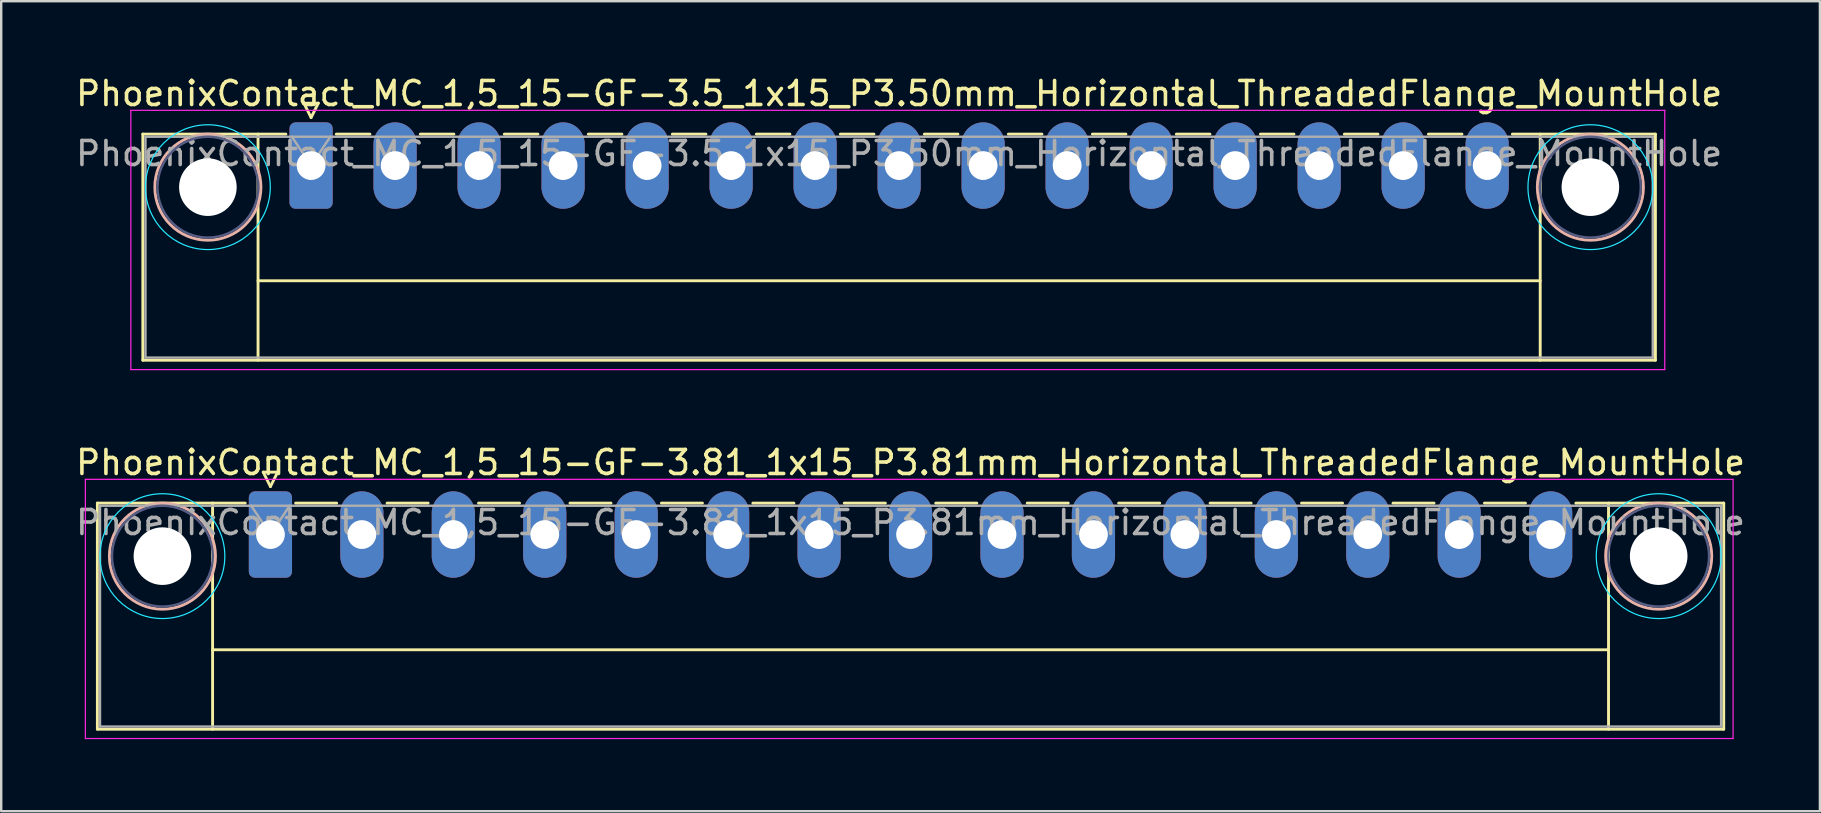
<source format=kicad_pcb>
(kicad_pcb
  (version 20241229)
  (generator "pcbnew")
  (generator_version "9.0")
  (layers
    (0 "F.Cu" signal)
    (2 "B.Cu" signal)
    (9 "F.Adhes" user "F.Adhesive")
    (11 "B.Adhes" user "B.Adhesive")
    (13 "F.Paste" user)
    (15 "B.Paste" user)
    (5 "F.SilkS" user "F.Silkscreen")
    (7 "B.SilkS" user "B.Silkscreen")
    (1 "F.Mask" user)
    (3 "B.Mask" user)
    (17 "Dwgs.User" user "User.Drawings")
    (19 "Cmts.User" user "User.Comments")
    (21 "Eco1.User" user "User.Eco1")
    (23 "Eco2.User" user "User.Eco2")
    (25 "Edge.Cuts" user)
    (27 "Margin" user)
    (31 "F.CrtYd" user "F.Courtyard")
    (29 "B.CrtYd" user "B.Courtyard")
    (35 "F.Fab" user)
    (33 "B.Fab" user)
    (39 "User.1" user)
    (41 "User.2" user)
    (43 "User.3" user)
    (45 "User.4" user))
  (footprint "PhoenixContact_MC_1,5_15-GF-3.5_1x15_P3.50mm_Horizontal_ThreadedFlange_MountHole"
    (layer "F.Cu")
    (at 9.911 3.848)
    (property "Reference" "PhoenixContact_MC_1,5_15-GF-3.5_1x15_P3.50mm_Horizontal_ThreadedFlange_MountHole" (at 24.5 -3 0) (layer "F.SilkS") (effects (font (size 1 1) (thickness 0.15))))
    (attr through_hole)
    (fp_line (start -7.01 -1.31) (end -7.01 8.11) (stroke (width 0.12) (type solid)) (layer "F.SilkS"))
    (fp_line (start -7.01 -1.31) (end -1.05 -1.31) (stroke (width 0.12) (type solid)) (layer "F.SilkS"))
    (fp_line (start -7.01 8.11) (end 56.01 8.11) (stroke (width 0.12) (type solid)) (layer "F.SilkS"))
    (fp_line (start -2.21 -1.31) (end -2.21 8.11) (stroke (width 0.12) (type solid)) (layer "F.SilkS"))
    (fp_line (start -2.21 4.8) (end 51.21 4.8) (stroke (width 0.12) (type solid)) (layer "F.SilkS"))
    (fp_line (start -0.3 -2.6) (end 0.3 -2.6) (stroke (width 0.12) (type solid)) (layer "F.SilkS"))
    (fp_line (start 0 -2) (end -0.3 -2.6) (stroke (width 0.12) (type solid)) (layer "F.SilkS"))
    (fp_line (start 0.3 -2.6) (end 0 -2) (stroke (width 0.12) (type solid)) (layer "F.SilkS"))
    (fp_line (start 1.05 -1.31) (end 2.45 -1.31) (stroke (width 0.12) (type solid)) (layer "F.SilkS"))
    (fp_line (start 4.55 -1.31) (end 5.95 -1.31) (stroke (width 0.12) (type solid)) (layer "F.SilkS"))
    (fp_line (start 8.05 -1.31) (end 9.45 -1.31) (stroke (width 0.12) (type solid)) (layer "F.SilkS"))
    (fp_line (start 11.55 -1.31) (end 12.95 -1.31) (stroke (width 0.12) (type solid)) (layer "F.SilkS"))
    (fp_line (start 15.05 -1.31) (end 16.45 -1.31) (stroke (width 0.12) (type solid)) (layer "F.SilkS"))
    (fp_line (start 18.55 -1.31) (end 19.95 -1.31) (stroke (width 0.12) (type solid)) (layer "F.SilkS"))
    (fp_line (start 22.05 -1.31) (end 23.45 -1.31) (stroke (width 0.12) (type solid)) (layer "F.SilkS"))
    (fp_line (start 25.55 -1.31) (end 26.95 -1.31) (stroke (width 0.12) (type solid)) (layer "F.SilkS"))
    (fp_line (start 29.05 -1.31) (end 30.45 -1.31) (stroke (width 0.12) (type solid)) (layer "F.SilkS"))
    (fp_line (start 32.55 -1.31) (end 33.95 -1.31) (stroke (width 0.12) (type solid)) (layer "F.SilkS"))
    (fp_line (start 36.05 -1.31) (end 37.45 -1.31) (stroke (width 0.12) (type solid)) (layer "F.SilkS"))
    (fp_line (start 39.55 -1.31) (end 40.95 -1.31) (stroke (width 0.12) (type solid)) (layer "F.SilkS"))
    (fp_line (start 43.05 -1.31) (end 44.45 -1.31) (stroke (width 0.12) (type solid)) (layer "F.SilkS"))
    (fp_line (start 46.55 -1.31) (end 47.95 -1.31) (stroke (width 0.12) (type solid)) (layer "F.SilkS"))
    (fp_line (start 51.21 -1.31) (end 51.21 8.11) (stroke (width 0.12) (type solid)) (layer "F.SilkS"))
    (fp_line (start 56.01 -1.31) (end 50.05 -1.31) (stroke (width 0.12) (type solid)) (layer "F.SilkS"))
    (fp_line (start 56.01 8.11) (end 56.01 -1.31) (stroke (width 0.12) (type solid)) (layer "F.SilkS"))
    (fp_circle (center -4.3 0.9) (end -2.09 0.9) (stroke (width 0.12) (type solid)) (fill no) (layer "B.SilkS"))
    (fp_circle (center 53.3 0.9) (end 55.51 0.9) (stroke (width 0.12) (type solid)) (fill no) (layer "B.SilkS"))
    (fp_circle (center -4.3 0.9) (end -1.7 0.9) (stroke (width 0.05) (type solid)) (fill no) (layer "B.CrtYd"))
    (fp_circle (center 53.3 0.9) (end 55.9 0.9) (stroke (width 0.05) (type solid)) (fill no) (layer "B.CrtYd"))
    (fp_line (start -7.51 -2.3) (end -7.51 8.5) (stroke (width 0.05) (type solid)) (layer "F.CrtYd"))
    (fp_line (start -7.51 8.5) (end 56.4 8.5) (stroke (width 0.05) (type solid)) (layer "F.CrtYd"))
    (fp_line (start 56.4 -2.3) (end -7.51 -2.3) (stroke (width 0.05) (type solid)) (layer "F.CrtYd"))
    (fp_line (start 56.4 8.5) (end 56.4 -2.3) (stroke (width 0.05) (type solid)) (layer "F.CrtYd"))
    (fp_circle (center -4.3 0.9) (end -2.2 0.9) (stroke (width 0.1) (type solid)) (fill no) (layer "B.Fab"))
    (fp_circle (center 53.3 0.9) (end 55.4 0.9) (stroke (width 0.1) (type solid)) (fill no) (layer "B.Fab"))
    (fp_line (start -6.9 -1.2) (end -6.9 8) (stroke (width 0.1) (type solid)) (layer "F.Fab"))
    (fp_line (start -6.9 8) (end 55.9 8) (stroke (width 0.1) (type solid)) (layer "F.Fab"))
    (fp_line (start 0 0) (end -0.8 -1.2) (stroke (width 0.1) (type solid)) (layer "F.Fab"))
    (fp_line (start 0.8 -1.2) (end 0 0) (stroke (width 0.1) (type solid)) (layer "F.Fab"))
    (fp_line (start 55.9 -1.2) (end -6.9 -1.2) (stroke (width 0.1) (type solid)) (layer "F.Fab"))
    (fp_line (start 55.9 8) (end 55.9 -1.2) (stroke (width 0.1) (type solid)) (layer "F.Fab"))
    (fp_text user "${REFERENCE}" (at 24.5 -0.5 0) (layer "F.Fab") (effects (font (size 1 1) (thickness 0.15))))
    (pad "" np_thru_hole circle (at -4.3 0.9) (size 2.4 2.4) (drill 2.4) (layers "*.Cu" "*.Mask"))
    (pad "" np_thru_hole circle (at 53.3 0.9) (size 2.4 2.4) (drill 2.4) (layers "*.Cu" "*.Mask"))
    (pad "1" thru_hole roundrect (at 0 0) (size 1.8 3.6) (drill 1.2) (layers "*.Cu" "*.Mask") (roundrect_rratio 0.139))
    (pad "2" thru_hole oval (at 3.5 0) (size 1.8 3.6) (drill 1.2) (layers "*.Cu" "*.Mask"))
    (pad "3" thru_hole oval (at 7 0) (size 1.8 3.6) (drill 1.2) (layers "*.Cu" "*.Mask"))
    (pad "4" thru_hole oval (at 10.5 0) (size 1.8 3.6) (drill 1.2) (layers "*.Cu" "*.Mask"))
    (pad "5" thru_hole oval (at 14 0) (size 1.8 3.6) (drill 1.2) (layers "*.Cu" "*.Mask"))
    (pad "6" thru_hole oval (at 17.5 0) (size 1.8 3.6) (drill 1.2) (layers "*.Cu" "*.Mask"))
    (pad "7" thru_hole oval (at 21 0) (size 1.8 3.6) (drill 1.2) (layers "*.Cu" "*.Mask"))
    (pad "8" thru_hole oval (at 24.5 0) (size 1.8 3.6) (drill 1.2) (layers "*.Cu" "*.Mask"))
    (pad "9" thru_hole oval (at 28 0) (size 1.8 3.6) (drill 1.2) (layers "*.Cu" "*.Mask"))
    (pad "10" thru_hole oval (at 31.5 0) (size 1.8 3.6) (drill 1.2) (layers "*.Cu" "*.Mask"))
    (pad "11" thru_hole oval (at 35 0) (size 1.8 3.6) (drill 1.2) (layers "*.Cu" "*.Mask"))
    (pad "12" thru_hole oval (at 38.5 0) (size 1.8 3.6) (drill 1.2) (layers "*.Cu" "*.Mask"))
    (pad "13" thru_hole oval (at 42 0) (size 1.8 3.6) (drill 1.2) (layers "*.Cu" "*.Mask"))
    (pad "14" thru_hole oval (at 45.5 0) (size 1.8 3.6) (drill 1.2) (layers "*.Cu" "*.Mask"))
    (pad "15" thru_hole oval (at 49 0) (size 1.8 3.6) (drill 1.2) (layers "*.Cu" "*.Mask")))
  (footprint "PhoenixContact_MC_1,5_15-GF-3.81_1x15_P3.81mm_Horizontal_ThreadedFlange_MountHole"
    (layer "F.Cu")
    (at 8.217 19.221)
    (property "Reference" "PhoenixContact_MC_1,5_15-GF-3.81_1x15_P3.81mm_Horizontal_ThreadedFlange_MountHole" (at 26.67 -3 0) (layer "F.SilkS") (effects (font (size 1 1) (thickness 0.15))))
    (attr through_hole)
    (fp_line (start -7.21 -1.31) (end -7.21 8.11) (stroke (width 0.12) (type solid)) (layer "F.SilkS"))
    (fp_line (start -7.21 -1.31) (end -1.05 -1.31) (stroke (width 0.12) (type solid)) (layer "F.SilkS"))
    (fp_line (start -7.21 8.11) (end 60.55 8.11) (stroke (width 0.12) (type solid)) (layer "F.SilkS"))
    (fp_line (start -2.41 -1.31) (end -2.41 8.11) (stroke (width 0.12) (type solid)) (layer "F.SilkS"))
    (fp_line (start -2.41 4.8) (end 55.75 4.8) (stroke (width 0.12) (type solid)) (layer "F.SilkS"))
    (fp_line (start -0.3 -2.6) (end 0.3 -2.6) (stroke (width 0.12) (type solid)) (layer "F.SilkS"))
    (fp_line (start 0 -2) (end -0.3 -2.6) (stroke (width 0.12) (type solid)) (layer "F.SilkS"))
    (fp_line (start 0.3 -2.6) (end 0 -2) (stroke (width 0.12) (type solid)) (layer "F.SilkS"))
    (fp_line (start 1.05 -1.31) (end 2.76 -1.31) (stroke (width 0.12) (type solid)) (layer "F.SilkS"))
    (fp_line (start 4.86 -1.31) (end 6.57 -1.31) (stroke (width 0.12) (type solid)) (layer "F.SilkS"))
    (fp_line (start 8.67 -1.31) (end 10.38 -1.31) (stroke (width 0.12) (type solid)) (layer "F.SilkS"))
    (fp_line (start 12.48 -1.31) (end 14.19 -1.31) (stroke (width 0.12) (type solid)) (layer "F.SilkS"))
    (fp_line (start 16.29 -1.31) (end 18 -1.31) (stroke (width 0.12) (type solid)) (layer "F.SilkS"))
    (fp_line (start 20.1 -1.31) (end 21.81 -1.31) (stroke (width 0.12) (type solid)) (layer "F.SilkS"))
    (fp_line (start 23.91 -1.31) (end 25.62 -1.31) (stroke (width 0.12) (type solid)) (layer "F.SilkS"))
    (fp_line (start 27.72 -1.31) (end 29.43 -1.31) (stroke (width 0.12) (type solid)) (layer "F.SilkS"))
    (fp_line (start 31.53 -1.31) (end 33.24 -1.31) (stroke (width 0.12) (type solid)) (layer "F.SilkS"))
    (fp_line (start 35.34 -1.31) (end 37.05 -1.31) (stroke (width 0.12) (type solid)) (layer "F.SilkS"))
    (fp_line (start 39.15 -1.31) (end 40.86 -1.31) (stroke (width 0.12) (type solid)) (layer "F.SilkS"))
    (fp_line (start 42.96 -1.31) (end 44.67 -1.31) (stroke (width 0.12) (type solid)) (layer "F.SilkS"))
    (fp_line (start 46.77 -1.31) (end 48.48 -1.31) (stroke (width 0.12) (type solid)) (layer "F.SilkS"))
    (fp_line (start 50.58 -1.31) (end 52.29 -1.31) (stroke (width 0.12) (type solid)) (layer "F.SilkS"))
    (fp_line (start 55.75 -1.31) (end 55.75 8.11) (stroke (width 0.12) (type solid)) (layer "F.SilkS"))
    (fp_line (start 60.55 -1.31) (end 54.39 -1.31) (stroke (width 0.12) (type solid)) (layer "F.SilkS"))
    (fp_line (start 60.55 8.11) (end 60.55 -1.31) (stroke (width 0.12) (type solid)) (layer "F.SilkS"))
    (fp_circle (center -4.5 0.9) (end -2.29 0.9) (stroke (width 0.12) (type solid)) (fill no) (layer "B.SilkS"))
    (fp_circle (center 57.84 0.9) (end 60.05 0.9) (stroke (width 0.12) (type solid)) (fill no) (layer "B.SilkS"))
    (fp_circle (center -4.5 0.9) (end -1.9 0.9) (stroke (width 0.05) (type solid)) (fill no) (layer "B.CrtYd"))
    (fp_circle (center 57.84 0.9) (end 60.44 0.9) (stroke (width 0.05) (type solid)) (fill no) (layer "B.CrtYd"))
    (fp_line (start -7.71 -2.3) (end -7.71 8.5) (stroke (width 0.05) (type solid)) (layer "F.CrtYd"))
    (fp_line (start -7.71 8.5) (end 60.94 8.5) (stroke (width 0.05) (type solid)) (layer "F.CrtYd"))
    (fp_line (start 60.94 -2.3) (end -7.71 -2.3) (stroke (width 0.05) (type solid)) (layer "F.CrtYd"))
    (fp_line (start 60.94 8.5) (end 60.94 -2.3) (stroke (width 0.05) (type solid)) (layer "F.CrtYd"))
    (fp_circle (center -4.5 0.9) (end -2.4 0.9) (stroke (width 0.1) (type solid)) (fill no) (layer "B.Fab"))
    (fp_circle (center 57.84 0.9) (end 59.94 0.9) (stroke (width 0.1) (type solid)) (fill no) (layer "B.Fab"))
    (fp_line (start -7.1 -1.2) (end -7.1 8) (stroke (width 0.1) (type solid)) (layer "F.Fab"))
    (fp_line (start -7.1 8) (end 60.44 8) (stroke (width 0.1) (type solid)) (layer "F.Fab"))
    (fp_line (start 0 0) (end -0.8 -1.2) (stroke (width 0.1) (type solid)) (layer "F.Fab"))
    (fp_line (start 0.8 -1.2) (end 0 0) (stroke (width 0.1) (type solid)) (layer "F.Fab"))
    (fp_line (start 60.44 -1.2) (end -7.1 -1.2) (stroke (width 0.1) (type solid)) (layer "F.Fab"))
    (fp_line (start 60.44 8) (end 60.44 -1.2) (stroke (width 0.1) (type solid)) (layer "F.Fab"))
    (fp_text user "${REFERENCE}" (at 26.67 -0.5 0) (layer "F.Fab") (effects (font (size 1 1) (thickness 0.15))))
    (pad "" np_thru_hole circle (at -4.5 0.9) (size 2.4 2.4) (drill 2.4) (layers "*.Cu" "*.Mask"))
    (pad "" np_thru_hole circle (at 57.84 0.9) (size 2.4 2.4) (drill 2.4) (layers "*.Cu" "*.Mask"))
    (pad "1" thru_hole roundrect (at 0 0) (size 1.8 3.6) (drill 1.2) (layers "*.Cu" "*.Mask") (roundrect_rratio 0.139))
    (pad "2" thru_hole oval (at 3.81 0) (size 1.8 3.6) (drill 1.2) (layers "*.Cu" "*.Mask"))
    (pad "3" thru_hole oval (at 7.62 0) (size 1.8 3.6) (drill 1.2) (layers "*.Cu" "*.Mask"))
    (pad "4" thru_hole oval (at 11.43 0) (size 1.8 3.6) (drill 1.2) (layers "*.Cu" "*.Mask"))
    (pad "5" thru_hole oval (at 15.24 0) (size 1.8 3.6) (drill 1.2) (layers "*.Cu" "*.Mask"))
    (pad "6" thru_hole oval (at 19.05 0) (size 1.8 3.6) (drill 1.2) (layers "*.Cu" "*.Mask"))
    (pad "7" thru_hole oval (at 22.86 0) (size 1.8 3.6) (drill 1.2) (layers "*.Cu" "*.Mask"))
    (pad "8" thru_hole oval (at 26.67 0) (size 1.8 3.6) (drill 1.2) (layers "*.Cu" "*.Mask"))
    (pad "9" thru_hole oval (at 30.48 0) (size 1.8 3.6) (drill 1.2) (layers "*.Cu" "*.Mask"))
    (pad "10" thru_hole oval (at 34.29 0) (size 1.8 3.6) (drill 1.2) (layers "*.Cu" "*.Mask"))
    (pad "11" thru_hole oval (at 38.1 0) (size 1.8 3.6) (drill 1.2) (layers "*.Cu" "*.Mask"))
    (pad "12" thru_hole oval (at 41.91 0) (size 1.8 3.6) (drill 1.2) (layers "*.Cu" "*.Mask"))
    (pad "13" thru_hole oval (at 45.72 0) (size 1.8 3.6) (drill 1.2) (layers "*.Cu" "*.Mask"))
    (pad "14" thru_hole oval (at 49.53 0) (size 1.8 3.6) (drill 1.2) (layers "*.Cu" "*.Mask"))
    (pad "15" thru_hole oval (at 53.34 0) (size 1.8 3.6) (drill 1.2) (layers "*.Cu" "*.Mask")))
  (gr_rect
    (start -3 -3)
    (end 72.774 30.747)
    (stroke (width 0.1) (type default))
    (fill no)
    (layer "Edge.Cuts")))
</source>
